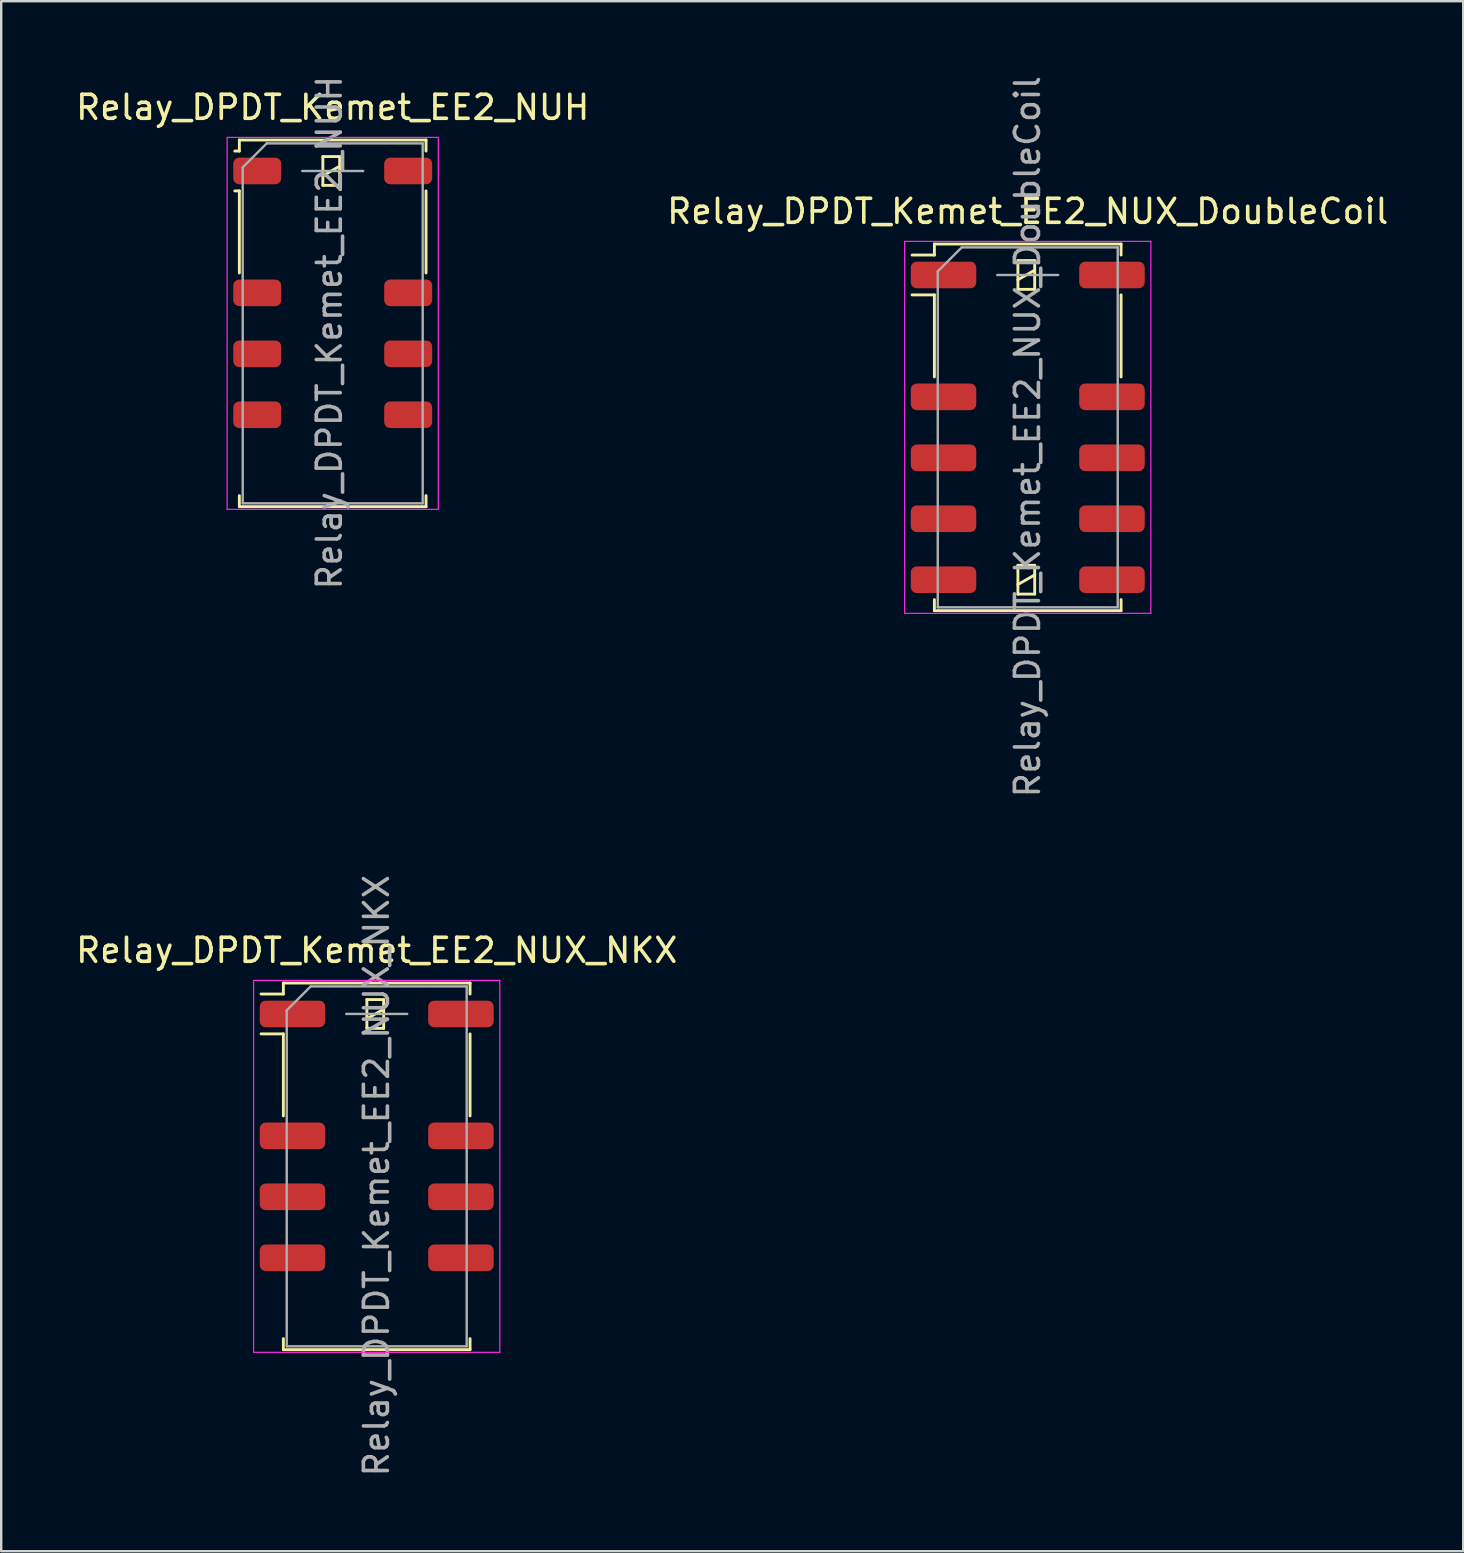
<source format=kicad_pcb>
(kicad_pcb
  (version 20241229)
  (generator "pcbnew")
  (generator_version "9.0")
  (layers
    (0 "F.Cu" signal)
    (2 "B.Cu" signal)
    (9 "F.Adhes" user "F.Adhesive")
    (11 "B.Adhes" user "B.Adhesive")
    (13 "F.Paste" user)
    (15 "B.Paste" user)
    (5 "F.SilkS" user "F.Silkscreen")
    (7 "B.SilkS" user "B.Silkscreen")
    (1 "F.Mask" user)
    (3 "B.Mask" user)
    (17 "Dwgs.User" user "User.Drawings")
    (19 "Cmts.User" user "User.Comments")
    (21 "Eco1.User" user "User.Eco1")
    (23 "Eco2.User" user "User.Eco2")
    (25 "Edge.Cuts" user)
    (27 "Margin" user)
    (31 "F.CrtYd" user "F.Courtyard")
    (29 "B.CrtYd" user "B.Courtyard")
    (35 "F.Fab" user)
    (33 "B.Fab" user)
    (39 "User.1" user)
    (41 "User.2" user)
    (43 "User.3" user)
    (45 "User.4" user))
  (footprint "Relay_DPDT_Kemet_EE2_NUX_DoubleCoil"
    (layer "F.Cu")
    (at 39.78 14.759)
    (property "Reference" "Relay_DPDT_Kemet_EE2_NUX_DoubleCoil" (at 0 -9 180) (layer "F.SilkS") (effects (font (size 1 1) (thickness 0.15))))
    (attr smd)
    (fp_line (start -3.89 -7.64) (end -3.89 -7.18) (stroke (width 0.12) (type solid)) (layer "F.SilkS"))
    (fp_line (start -3.89 -7.18) (end -4.82 -7.18) (stroke (width 0.12) (type solid)) (layer "F.SilkS"))
    (fp_line (start -3.89 -5.52) (end -4.82 -5.52) (stroke (width 0.12) (type solid)) (layer "F.SilkS"))
    (fp_line (start -3.89 -5.52) (end -3.89 -2.1) (stroke (width 0.12) (type solid)) (layer "F.SilkS"))
    (fp_line (start -3.89 7.18) (end -3.89 7.64) (stroke (width 0.12) (type solid)) (layer "F.SilkS"))
    (fp_line (start -0.41 -6.95) (end -0.41 -5.75) (stroke (width 0.12) (type solid)) (layer "F.SilkS"))
    (fp_line (start -0.41 -6.15) (end 0.29 -6.55) (stroke (width 0.12) (type solid)) (layer "F.SilkS"))
    (fp_line (start -0.41 -5.75) (end 0.29 -5.75) (stroke (width 0.12) (type solid)) (layer "F.SilkS"))
    (fp_line (start -0.41 5.75) (end -0.41 6.95) (stroke (width 0.12) (type solid)) (layer "F.SilkS"))
    (fp_line (start -0.41 6.55) (end 0.29 6.15) (stroke (width 0.12) (type solid)) (layer "F.SilkS"))
    (fp_line (start -0.41 6.95) (end 0.29 6.95) (stroke (width 0.12) (type solid)) (layer "F.SilkS"))
    (fp_line (start 0.29 -6.95) (end -0.41 -6.95) (stroke (width 0.12) (type solid)) (layer "F.SilkS"))
    (fp_line (start 0.29 -5.75) (end 0.29 -6.95) (stroke (width 0.12) (type solid)) (layer "F.SilkS"))
    (fp_line (start 0.29 5.75) (end -0.41 5.75) (stroke (width 0.12) (type solid)) (layer "F.SilkS"))
    (fp_line (start 0.29 6.95) (end 0.29 5.75) (stroke (width 0.12) (type solid)) (layer "F.SilkS"))
    (fp_line (start 3.89 -7.64) (end -3.89 -7.64) (stroke (width 0.12) (type solid)) (layer "F.SilkS"))
    (fp_line (start 3.89 -7.64) (end 3.89 -7.18) (stroke (width 0.12) (type solid)) (layer "F.SilkS"))
    (fp_line (start 3.89 -5.52) (end 3.89 -2.1) (stroke (width 0.12) (type solid)) (layer "F.SilkS"))
    (fp_line (start 3.89 7.18) (end 3.89 7.64) (stroke (width 0.12) (type solid)) (layer "F.SilkS"))
    (fp_line (start 3.89 7.64) (end -3.89 7.64) (stroke (width 0.12) (type solid)) (layer "F.SilkS"))
    (fp_line (start -5.13 -7.75) (end -5.13 7.75) (stroke (width 0.05) (type solid)) (layer "F.CrtYd"))
    (fp_line (start -5.13 7.75) (end 5.13 7.75) (stroke (width 0.05) (type solid)) (layer "F.CrtYd"))
    (fp_line (start 5.13 -7.75) (end -5.13 -7.75) (stroke (width 0.05) (type solid)) (layer "F.CrtYd"))
    (fp_line (start 5.13 -7.75) (end 5.13 7.75) (stroke (width 0.05) (type solid)) (layer "F.CrtYd"))
    (fp_line (start -3.75 -6.5) (end -3.75 7.5) (stroke (width 0.1) (type solid)) (layer "F.Fab"))
    (fp_line (start -3.75 -6.5) (end -2.75 -7.5) (stroke (width 0.1) (type solid)) (layer "F.Fab"))
    (fp_line (start -1.27 -6.35) (end 1.27 -6.35) (stroke (width 0.1) (type solid)) (layer "F.Fab"))
    (fp_line (start 3.75 -7.5) (end -2.75 -7.5) (stroke (width 0.1) (type solid)) (layer "F.Fab"))
    (fp_line (start 3.75 -7.5) (end 3.75 7.5) (stroke (width 0.1) (type solid)) (layer "F.Fab"))
    (fp_line (start 3.75 7.5) (end -3.75 7.5) (stroke (width 0.1) (type solid)) (layer "F.Fab"))
    (fp_text user "${REFERENCE}" (at -0.01 0.39 90) (layer "F.Fab") (effects (font (size 1 1) (thickness 0.15))))
    (pad "1" smd roundrect (at -3.51 -6.35 270) (size 1.11 2.73) (layers "F.Cu" "F.Mask" "F.Paste") (roundrect_rratio 0.225))
    (pad "3" smd roundrect (at -3.51 -1.27 270) (size 1.11 2.73) (layers "F.Cu" "F.Mask" "F.Paste") (roundrect_rratio 0.225))
    (pad "4" smd roundrect (at -3.51 1.27 270) (size 1.11 2.73) (layers "F.Cu" "F.Mask" "F.Paste") (roundrect_rratio 0.225))
    (pad "5" smd roundrect (at -3.51 3.81 270) (size 1.11 2.73) (layers "F.Cu" "F.Mask" "F.Paste") (roundrect_rratio 0.225))
    (pad "6" smd roundrect (at -3.51 6.35 270) (size 1.11 2.73) (layers "F.Cu" "F.Mask" "F.Paste") (roundrect_rratio 0.225))
    (pad "7" smd roundrect (at 3.51 6.35 270) (size 1.11 2.73) (layers "F.Cu" "F.Mask" "F.Paste") (roundrect_rratio 0.225))
    (pad "8" smd roundrect (at 3.51 3.81 270) (size 1.11 2.73) (layers "F.Cu" "F.Mask" "F.Paste") (roundrect_rratio 0.225))
    (pad "9" smd roundrect (at 3.51 1.27 270) (size 1.11 2.73) (layers "F.Cu" "F.Mask" "F.Paste") (roundrect_rratio 0.225))
    (pad "10" smd roundrect (at 3.51 -1.27 270) (size 1.11 2.73) (layers "F.Cu" "F.Mask" "F.Paste") (roundrect_rratio 0.225))
    (pad "12" smd roundrect (at 3.51 -6.35 270) (size 1.11 2.73) (layers "F.Cu" "F.Mask" "F.Paste") (roundrect_rratio 0.225)))
  (footprint "Relay_DPDT_Kemet_EE2_NUH"
    (layer "F.Cu")
    (at 10.815 10.425)
    (property "Reference" "Relay_DPDT_Kemet_EE2_NUH" (at 0 -9 180) (layer "F.SilkS") (effects (font (size 1 1) (thickness 0.15))))
    (attr smd)
    (fp_line (start -3.89 -7.64) (end -3.89 -7.18) (stroke (width 0.12) (type solid)) (layer "F.SilkS"))
    (fp_line (start -3.89 -7.18) (end -4.08 -7.18) (stroke (width 0.12) (type solid)) (layer "F.SilkS"))
    (fp_line (start -3.89 -5.52) (end -4.08 -5.52) (stroke (width 0.12) (type solid)) (layer "F.SilkS"))
    (fp_line (start -3.89 -5.52) (end -3.89 -2.1) (stroke (width 0.12) (type solid)) (layer "F.SilkS"))
    (fp_line (start -3.89 7.18) (end -3.89 7.64) (stroke (width 0.12) (type solid)) (layer "F.SilkS"))
    (fp_line (start -0.41 -6.95) (end -0.41 -5.75) (stroke (width 0.12) (type solid)) (layer "F.SilkS"))
    (fp_line (start -0.41 -6.15) (end 0.29 -6.55) (stroke (width 0.12) (type solid)) (layer "F.SilkS"))
    (fp_line (start -0.41 -5.75) (end 0.29 -5.75) (stroke (width 0.12) (type solid)) (layer "F.SilkS"))
    (fp_line (start 0.29 -6.95) (end -0.41 -6.95) (stroke (width 0.12) (type solid)) (layer "F.SilkS"))
    (fp_line (start 0.29 -5.75) (end 0.29 -6.95) (stroke (width 0.12) (type solid)) (layer "F.SilkS"))
    (fp_line (start 3.89 -7.64) (end -3.89 -7.64) (stroke (width 0.12) (type solid)) (layer "F.SilkS"))
    (fp_line (start 3.89 -7.64) (end 3.89 -7.18) (stroke (width 0.12) (type solid)) (layer "F.SilkS"))
    (fp_line (start 3.89 -5.52) (end 3.89 -2.1) (stroke (width 0.12) (type solid)) (layer "F.SilkS"))
    (fp_line (start 3.89 7.18) (end 3.89 7.64) (stroke (width 0.12) (type solid)) (layer "F.SilkS"))
    (fp_line (start 3.89 7.64) (end -3.89 7.64) (stroke (width 0.12) (type solid)) (layer "F.SilkS"))
    (fp_line (start -4.4 -7.75) (end -4.4 7.75) (stroke (width 0.05) (type solid)) (layer "F.CrtYd"))
    (fp_line (start -4.4 7.75) (end 4.4 7.75) (stroke (width 0.05) (type solid)) (layer "F.CrtYd"))
    (fp_line (start 4.4 -7.75) (end -4.4 -7.75) (stroke (width 0.05) (type solid)) (layer "F.CrtYd"))
    (fp_line (start 4.4 -7.75) (end 4.4 7.75) (stroke (width 0.05) (type solid)) (layer "F.CrtYd"))
    (fp_line (start -3.75 -6.5) (end -3.75 7.5) (stroke (width 0.1) (type solid)) (layer "F.Fab"))
    (fp_line (start -3.75 -6.5) (end -2.75 -7.5) (stroke (width 0.1) (type solid)) (layer "F.Fab"))
    (fp_line (start -1.27 -6.35) (end 1.27 -6.35) (stroke (width 0.1) (type solid)) (layer "F.Fab"))
    (fp_line (start 3.75 -7.5) (end -2.75 -7.5) (stroke (width 0.1) (type solid)) (layer "F.Fab"))
    (fp_line (start 3.75 -7.5) (end 3.75 7.5) (stroke (width 0.1) (type solid)) (layer "F.Fab"))
    (fp_line (start 3.75 7.5) (end -3.75 7.5) (stroke (width 0.1) (type solid)) (layer "F.Fab"))
    (fp_text user "${REFERENCE}" (at -0.14 0.39 90) (layer "F.Fab") (effects (font (size 1 1) (thickness 0.15))))
    (pad "1" smd roundrect (at -3.145 -6.35 270) (size 1.11 2) (layers "F.Cu" "F.Mask" "F.Paste") (roundrect_rratio 0.225))
    (pad "3" smd roundrect (at -3.145 -1.27 270) (size 1.11 2) (layers "F.Cu" "F.Mask" "F.Paste") (roundrect_rratio 0.225))
    (pad "4" smd roundrect (at -3.145 1.27 270) (size 1.11 2) (layers "F.Cu" "F.Mask" "F.Paste") (roundrect_rratio 0.225))
    (pad "5" smd roundrect (at -3.145 3.81 270) (size 1.11 2) (layers "F.Cu" "F.Mask" "F.Paste") (roundrect_rratio 0.225))
    (pad "8" smd roundrect (at 3.145 3.81 270) (size 1.11 2) (layers "F.Cu" "F.Mask" "F.Paste") (roundrect_rratio 0.225))
    (pad "9" smd roundrect (at 3.145 1.27 270) (size 1.11 2) (layers "F.Cu" "F.Mask" "F.Paste") (roundrect_rratio 0.225))
    (pad "10" smd roundrect (at 3.145 -1.27 270) (size 1.11 2) (layers "F.Cu" "F.Mask" "F.Paste") (roundrect_rratio 0.225))
    (pad "12" smd roundrect (at 3.145 -6.35 270) (size 1.11 2) (layers "F.Cu" "F.Mask" "F.Paste") (roundrect_rratio 0.225)))
  (footprint "Relay_DPDT_Kemet_EE2_NUX_NKX"
    (layer "F.Cu")
    (at 12.649 45.556)
    (property "Reference" "Relay_DPDT_Kemet_EE2_NUX_NKX" (at 0 -9 180) (layer "F.SilkS") (effects (font (size 1 1) (thickness 0.15))))
    (attr smd)
    (fp_line (start -3.89 -7.64) (end -3.89 -7.18) (stroke (width 0.12) (type solid)) (layer "F.SilkS"))
    (fp_line (start -3.89 -7.18) (end -4.82 -7.18) (stroke (width 0.12) (type solid)) (layer "F.SilkS"))
    (fp_line (start -3.89 -5.52) (end -4.82 -5.52) (stroke (width 0.12) (type solid)) (layer "F.SilkS"))
    (fp_line (start -3.89 -5.52) (end -3.89 -2.1) (stroke (width 0.12) (type solid)) (layer "F.SilkS"))
    (fp_line (start -3.89 7.18) (end -3.89 7.64) (stroke (width 0.12) (type solid)) (layer "F.SilkS"))
    (fp_line (start -0.41 -6.95) (end -0.41 -5.75) (stroke (width 0.12) (type solid)) (layer "F.SilkS"))
    (fp_line (start -0.41 -6.15) (end 0.29 -6.55) (stroke (width 0.12) (type solid)) (layer "F.SilkS"))
    (fp_line (start -0.41 -5.75) (end 0.29 -5.75) (stroke (width 0.12) (type solid)) (layer "F.SilkS"))
    (fp_line (start 0.29 -6.95) (end -0.41 -6.95) (stroke (width 0.12) (type solid)) (layer "F.SilkS"))
    (fp_line (start 0.29 -5.75) (end 0.29 -6.95) (stroke (width 0.12) (type solid)) (layer "F.SilkS"))
    (fp_line (start 3.89 -7.64) (end -3.89 -7.64) (stroke (width 0.12) (type solid)) (layer "F.SilkS"))
    (fp_line (start 3.89 -7.64) (end 3.89 -7.18) (stroke (width 0.12) (type solid)) (layer "F.SilkS"))
    (fp_line (start 3.89 -5.52) (end 3.89 -2.1) (stroke (width 0.12) (type solid)) (layer "F.SilkS"))
    (fp_line (start 3.89 7.18) (end 3.89 7.64) (stroke (width 0.12) (type solid)) (layer "F.SilkS"))
    (fp_line (start 3.89 7.64) (end -3.89 7.64) (stroke (width 0.12) (type solid)) (layer "F.SilkS"))
    (fp_line (start -5.13 -7.75) (end -5.13 7.75) (stroke (width 0.05) (type solid)) (layer "F.CrtYd"))
    (fp_line (start -5.13 7.75) (end 5.13 7.75) (stroke (width 0.05) (type solid)) (layer "F.CrtYd"))
    (fp_line (start 5.13 -7.75) (end -5.13 -7.75) (stroke (width 0.05) (type solid)) (layer "F.CrtYd"))
    (fp_line (start 5.13 -7.75) (end 5.13 7.75) (stroke (width 0.05) (type solid)) (layer "F.CrtYd"))
    (fp_line (start -3.75 -6.5) (end -3.75 7.5) (stroke (width 0.1) (type solid)) (layer "F.Fab"))
    (fp_line (start -3.75 -6.5) (end -2.75 -7.5) (stroke (width 0.1) (type solid)) (layer "F.Fab"))
    (fp_line (start -1.27 -6.35) (end 1.27 -6.35) (stroke (width 0.1) (type solid)) (layer "F.Fab"))
    (fp_line (start 3.75 -7.5) (end -2.75 -7.5) (stroke (width 0.1) (type solid)) (layer "F.Fab"))
    (fp_line (start 3.75 -7.5) (end 3.75 7.5) (stroke (width 0.1) (type solid)) (layer "F.Fab"))
    (fp_line (start 3.75 7.5) (end -3.75 7.5) (stroke (width 0.1) (type solid)) (layer "F.Fab"))
    (fp_text user "${REFERENCE}" (at -0.01 0.39 90) (layer "F.Fab") (effects (font (size 1 1) (thickness 0.15))))
    (pad "1" smd roundrect (at -3.51 -6.35 270) (size 1.11 2.73) (layers "F.Cu" "F.Mask" "F.Paste") (roundrect_rratio 0.225))
    (pad "3" smd roundrect (at -3.51 -1.27 270) (size 1.11 2.73) (layers "F.Cu" "F.Mask" "F.Paste") (roundrect_rratio 0.225))
    (pad "4" smd roundrect (at -3.51 1.27 270) (size 1.11 2.73) (layers "F.Cu" "F.Mask" "F.Paste") (roundrect_rratio 0.225))
    (pad "5" smd roundrect (at -3.51 3.81 270) (size 1.11 2.73) (layers "F.Cu" "F.Mask" "F.Paste") (roundrect_rratio 0.225))
    (pad "8" smd roundrect (at 3.51 3.81 270) (size 1.11 2.73) (layers "F.Cu" "F.Mask" "F.Paste") (roundrect_rratio 0.225))
    (pad "9" smd roundrect (at 3.51 1.27 270) (size 1.11 2.73) (layers "F.Cu" "F.Mask" "F.Paste") (roundrect_rratio 0.225))
    (pad "10" smd roundrect (at 3.51 -1.27 270) (size 1.11 2.73) (layers "F.Cu" "F.Mask" "F.Paste") (roundrect_rratio 0.225))
    (pad "12" smd roundrect (at 3.51 -6.35 270) (size 1.11 2.73) (layers "F.Cu" "F.Mask" "F.Paste") (roundrect_rratio 0.225)))
  (gr_rect
    (start -3 -3)
    (end 57.929 61.595)
    (stroke (width 0.1) (type default))
    (fill no)
    (layer "Edge.Cuts")))
</source>
